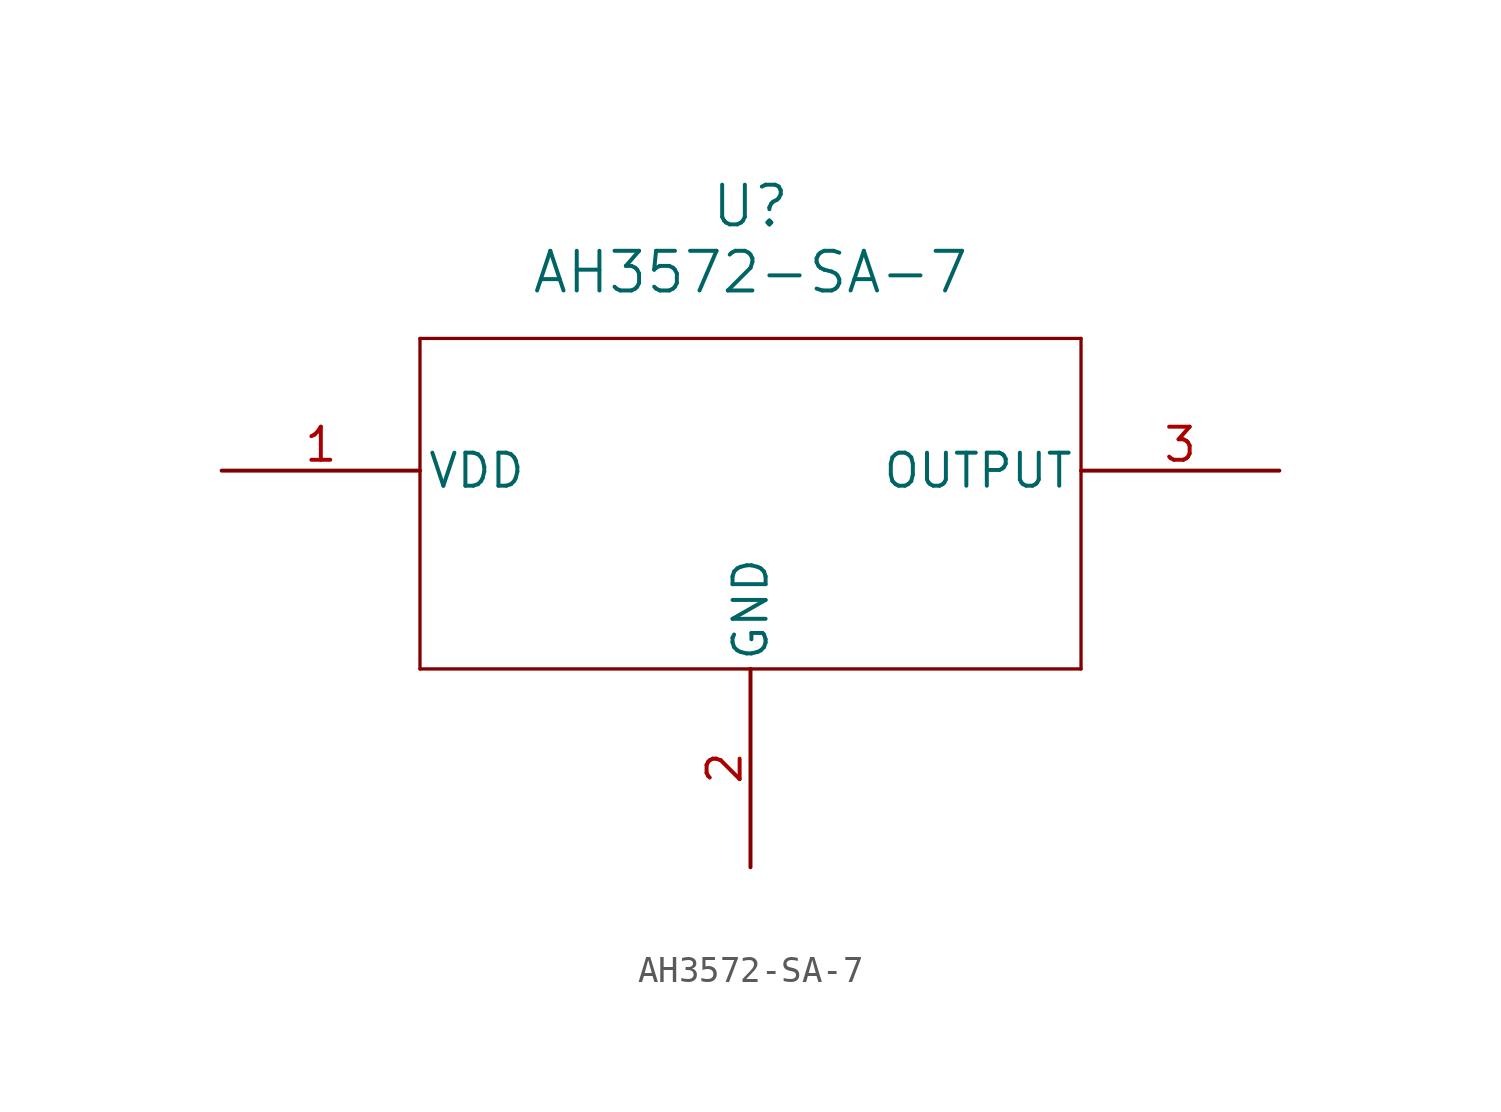
<source format=kicad_sym>
(kicad_symbol_lib
  (version 20231120)
  (generator "kicad_symbol_editor")
  (generator_version "8.0")
  (symbol "AH3572-SA-7"
    (pin_names
      (offset 0.254))
    (property "Reference" "U"
      (at 20.32 10.16 0)
      (effects (font (size 1.524 1.524))))
    (property "Value" "AH3572-SA-7"
      (at 20.32 7.62 0)
      (effects (font (size 1.524 1.524))))
    (property "ki_locked" ""
      (at 0 0 0)
      (effects (font (size 1.27 1.27))))
    (symbol "AH3572-SA-7_0_1"
      (polyline (pts (xy 7.62 -7.62) (xy 33.02 -7.62)) (stroke (width 0.127) (type default)) (fill (type none)))
      (polyline (pts (xy 7.62 5.08) (xy 7.62 -7.62)) (stroke (width 0.127) (type default)) (fill (type none)))
      (polyline (pts (xy 33.02 -7.62) (xy 33.02 5.08)) (stroke (width 0.127) (type default)) (fill (type none)))
      (polyline (pts (xy 33.02 5.08) (xy 7.62 5.08)) (stroke (width 0.127) (type default)) (fill (type none)))
      (pin power_in line (at 0 0 0) (length 7.62) (name "VDD" (effects (font (size 1.27 1.27)))) (number "1" (effects (font (size 1.27 1.27)))))
      (pin power_out line (at 20.32 -15.24 90) (length 7.62) (name "GND" (effects (font (size 1.27 1.27)))) (number "2" (effects (font (size 1.27 1.27)))))
      (pin output line (at 40.64 0 180) (length 7.62) (name "OUTPUT" (effects (font (size 1.27 1.27)))) (number "3" (effects (font (size 1.27 1.27))))))))
</source>
